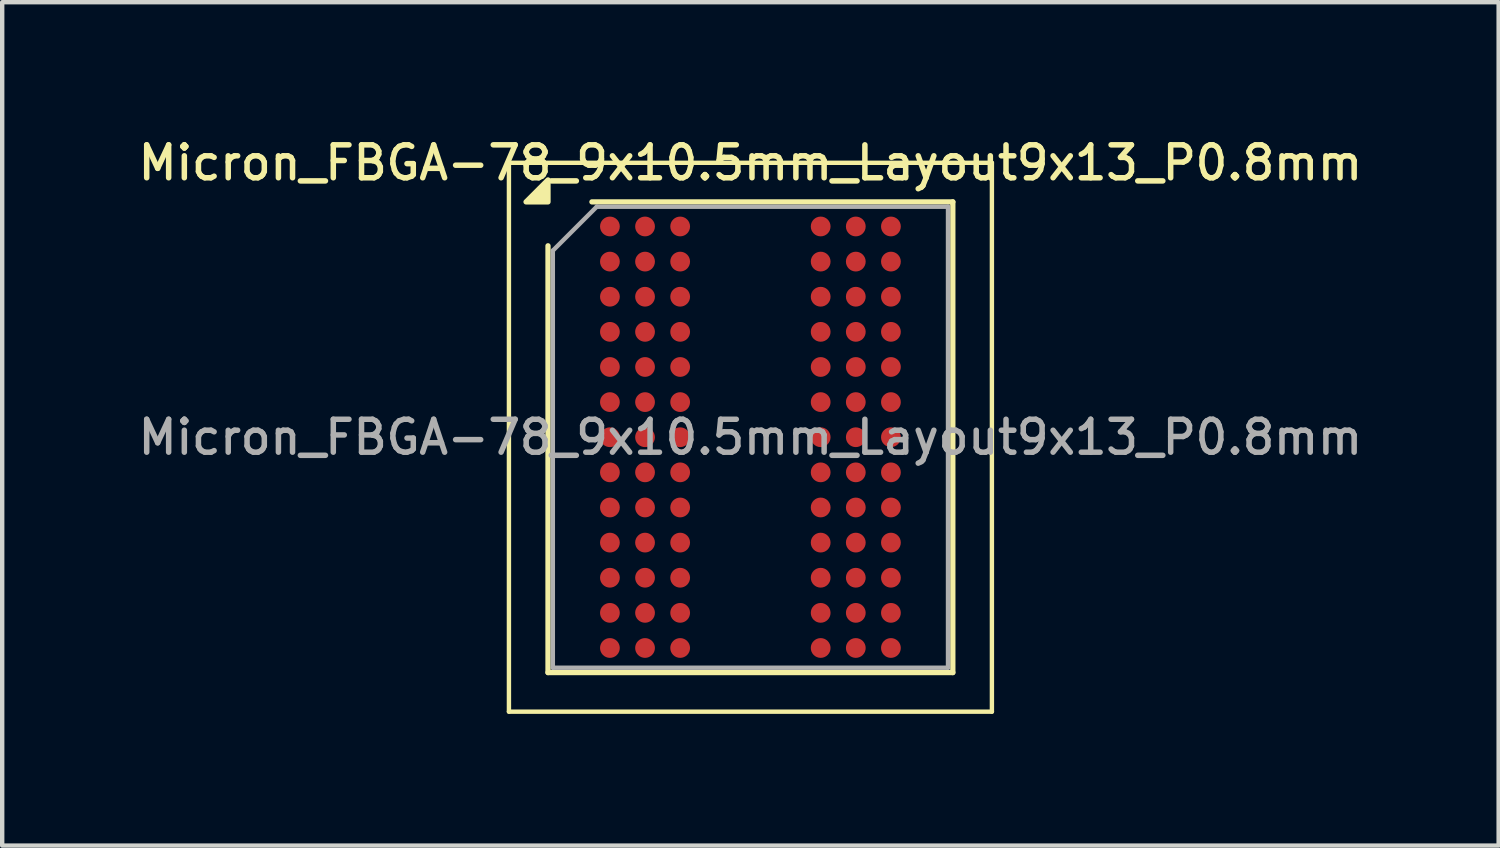
<source format=kicad_pcb>
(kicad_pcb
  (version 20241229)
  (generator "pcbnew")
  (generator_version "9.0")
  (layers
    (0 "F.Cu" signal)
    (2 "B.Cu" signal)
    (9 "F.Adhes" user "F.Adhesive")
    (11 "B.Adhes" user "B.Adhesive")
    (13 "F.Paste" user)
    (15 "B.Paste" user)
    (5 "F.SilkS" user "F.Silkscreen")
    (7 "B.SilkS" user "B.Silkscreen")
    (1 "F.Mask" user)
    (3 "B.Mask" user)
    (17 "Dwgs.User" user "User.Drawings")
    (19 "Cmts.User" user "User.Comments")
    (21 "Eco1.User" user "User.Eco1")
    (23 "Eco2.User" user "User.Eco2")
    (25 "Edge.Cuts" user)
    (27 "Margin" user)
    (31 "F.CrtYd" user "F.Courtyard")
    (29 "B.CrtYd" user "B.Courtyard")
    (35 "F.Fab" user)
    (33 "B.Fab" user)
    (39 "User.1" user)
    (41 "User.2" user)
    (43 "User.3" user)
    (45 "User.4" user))
  (footprint "Micron_FBGA-78_9x10.5mm_Layout9x13_P0.8mm"
    (layer "F.Cu")
    (at 14.041 6.908)
    (property "Reference" "Micron_FBGA-78_9x10.5mm_Layout9x13_P0.8mm" (at 0 -6.25 0) (layer "F.SilkS") (effects (font (size 0.75 0.75) (thickness 0.125))))
    (attr smd)
    (fp_line (start -5.5 -6.25) (end -5.5 6.25) (stroke (width 0.1) (type solid)) (layer "F.SilkS"))
    (fp_line (start -5.5 6.25) (end 5.5 6.25) (stroke (width 0.1) (type solid)) (layer "F.SilkS"))
    (fp_line (start -4.61 5.36) (end -4.61 -4.36) (stroke (width 0.12) (type solid)) (layer "F.SilkS"))
    (fp_line (start -3.61 -5.36) (end 4.61 -5.36) (stroke (width 0.12) (type solid)) (layer "F.SilkS"))
    (fp_line (start 4.61 -5.36) (end 4.61 5.36) (stroke (width 0.12) (type solid)) (layer "F.SilkS"))
    (fp_line (start 4.61 5.36) (end -4.61 5.36) (stroke (width 0.12) (type solid)) (layer "F.SilkS"))
    (fp_line (start 5.5 -6.25) (end -5.5 -6.25) (stroke (width 0.1) (type solid)) (layer "F.SilkS"))
    (fp_line (start 5.5 6.25) (end 5.5 -6.25) (stroke (width 0.1) (type solid)) (layer "F.SilkS"))
    (fp_poly (pts (xy -4.61 -5.36) (xy -5.11 -5.36) (xy -4.61 -5.86) (xy -4.61 -5.36)) (stroke (width 0.12) (type solid)) (fill yes) (layer "F.SilkS"))
    (fp_line (start -4.5 -4.25) (end -3.5 -5.25) (stroke (width 0.1) (type solid)) (layer "F.Fab"))
    (fp_line (start -4.5 5.25) (end -4.5 -4.25) (stroke (width 0.1) (type solid)) (layer "F.Fab"))
    (fp_line (start -3.5 -5.25) (end 4.5 -5.25) (stroke (width 0.1) (type solid)) (layer "F.Fab"))
    (fp_line (start 4.5 -5.25) (end 4.5 5.25) (stroke (width 0.1) (type solid)) (layer "F.Fab"))
    (fp_line (start 4.5 5.25) (end -4.5 5.25) (stroke (width 0.1) (type solid)) (layer "F.Fab"))
    (fp_text user "${REFERENCE}" (at 0 0 0) (layer "F.Fab") (effects (font (size 0.75 0.75) (thickness 0.125))))
    (pad "A1" smd circle (at -3.2 -4.8) (size 0.45 0.45) (property pad_prop_bga) (layers "F.Cu" "F.Mask" "F.Paste"))
    (pad "A2" smd circle (at -2.4 -4.8) (size 0.45 0.45) (property pad_prop_bga) (layers "F.Cu" "F.Mask" "F.Paste"))
    (pad "A3" smd circle (at -1.6 -4.8) (size 0.45 0.45) (property pad_prop_bga) (layers "F.Cu" "F.Mask" "F.Paste"))
    (pad "A7" smd circle (at 1.6 -4.8) (size 0.45 0.45) (property pad_prop_bga) (layers "F.Cu" "F.Mask" "F.Paste"))
    (pad "A8" smd circle (at 2.4 -4.8) (size 0.45 0.45) (property pad_prop_bga) (layers "F.Cu" "F.Mask" "F.Paste"))
    (pad "A9" smd circle (at 3.2 -4.8) (size 0.45 0.45) (property pad_prop_bga) (layers "F.Cu" "F.Mask" "F.Paste"))
    (pad "B1" smd circle (at -3.2 -4) (size 0.45 0.45) (property pad_prop_bga) (layers "F.Cu" "F.Mask" "F.Paste"))
    (pad "B2" smd circle (at -2.4 -4) (size 0.45 0.45) (property pad_prop_bga) (layers "F.Cu" "F.Mask" "F.Paste"))
    (pad "B3" smd circle (at -1.6 -4) (size 0.45 0.45) (property pad_prop_bga) (layers "F.Cu" "F.Mask" "F.Paste"))
    (pad "B7" smd circle (at 1.6 -4) (size 0.45 0.45) (property pad_prop_bga) (layers "F.Cu" "F.Mask" "F.Paste"))
    (pad "B8" smd circle (at 2.4 -4) (size 0.45 0.45) (property pad_prop_bga) (layers "F.Cu" "F.Mask" "F.Paste"))
    (pad "B9" smd circle (at 3.2 -4) (size 0.45 0.45) (property pad_prop_bga) (layers "F.Cu" "F.Mask" "F.Paste"))
    (pad "C1" smd circle (at -3.2 -3.2) (size 0.45 0.45) (property pad_prop_bga) (layers "F.Cu" "F.Mask" "F.Paste"))
    (pad "C2" smd circle (at -2.4 -3.2) (size 0.45 0.45) (property pad_prop_bga) (layers "F.Cu" "F.Mask" "F.Paste"))
    (pad "C3" smd circle (at -1.6 -3.2) (size 0.45 0.45) (property pad_prop_bga) (layers "F.Cu" "F.Mask" "F.Paste"))
    (pad "C7" smd circle (at 1.6 -3.2) (size 0.45 0.45) (property pad_prop_bga) (layers "F.Cu" "F.Mask" "F.Paste"))
    (pad "C8" smd circle (at 2.4 -3.2) (size 0.45 0.45) (property pad_prop_bga) (layers "F.Cu" "F.Mask" "F.Paste"))
    (pad "C9" smd circle (at 3.2 -3.2) (size 0.45 0.45) (property pad_prop_bga) (layers "F.Cu" "F.Mask" "F.Paste"))
    (pad "D1" smd circle (at -3.2 -2.4) (size 0.45 0.45) (property pad_prop_bga) (layers "F.Cu" "F.Mask" "F.Paste"))
    (pad "D2" smd circle (at -2.4 -2.4) (size 0.45 0.45) (property pad_prop_bga) (layers "F.Cu" "F.Mask" "F.Paste"))
    (pad "D3" smd circle (at -1.6 -2.4) (size 0.45 0.45) (property pad_prop_bga) (layers "F.Cu" "F.Mask" "F.Paste"))
    (pad "D7" smd circle (at 1.6 -2.4) (size 0.45 0.45) (property pad_prop_bga) (layers "F.Cu" "F.Mask" "F.Paste"))
    (pad "D8" smd circle (at 2.4 -2.4) (size 0.45 0.45) (property pad_prop_bga) (layers "F.Cu" "F.Mask" "F.Paste"))
    (pad "D9" smd circle (at 3.2 -2.4) (size 0.45 0.45) (property pad_prop_bga) (layers "F.Cu" "F.Mask" "F.Paste"))
    (pad "E1" smd circle (at -3.2 -1.6) (size 0.45 0.45) (property pad_prop_bga) (layers "F.Cu" "F.Mask" "F.Paste"))
    (pad "E2" smd circle (at -2.4 -1.6) (size 0.45 0.45) (property pad_prop_bga) (layers "F.Cu" "F.Mask" "F.Paste"))
    (pad "E3" smd circle (at -1.6 -1.6) (size 0.45 0.45) (property pad_prop_bga) (layers "F.Cu" "F.Mask" "F.Paste"))
    (pad "E7" smd circle (at 1.6 -1.6) (size 0.45 0.45) (property pad_prop_bga) (layers "F.Cu" "F.Mask" "F.Paste"))
    (pad "E8" smd circle (at 2.4 -1.6) (size 0.45 0.45) (property pad_prop_bga) (layers "F.Cu" "F.Mask" "F.Paste"))
    (pad "E9" smd circle (at 3.2 -1.6) (size 0.45 0.45) (property pad_prop_bga) (layers "F.Cu" "F.Mask" "F.Paste"))
    (pad "F1" smd circle (at -3.2 -0.8) (size 0.45 0.45) (property pad_prop_bga) (layers "F.Cu" "F.Mask" "F.Paste"))
    (pad "F2" smd circle (at -2.4 -0.8) (size 0.45 0.45) (property pad_prop_bga) (layers "F.Cu" "F.Mask" "F.Paste"))
    (pad "F3" smd circle (at -1.6 -0.8) (size 0.45 0.45) (property pad_prop_bga) (layers "F.Cu" "F.Mask" "F.Paste"))
    (pad "F7" smd circle (at 1.6 -0.8) (size 0.45 0.45) (property pad_prop_bga) (layers "F.Cu" "F.Mask" "F.Paste"))
    (pad "F8" smd circle (at 2.4 -0.8) (size 0.45 0.45) (property pad_prop_bga) (layers "F.Cu" "F.Mask" "F.Paste"))
    (pad "F9" smd circle (at 3.2 -0.8) (size 0.45 0.45) (property pad_prop_bga) (layers "F.Cu" "F.Mask" "F.Paste"))
    (pad "G1" smd circle (at -3.2 0) (size 0.45 0.45) (property pad_prop_bga) (layers "F.Cu" "F.Mask" "F.Paste"))
    (pad "G2" smd circle (at -2.4 0) (size 0.45 0.45) (property pad_prop_bga) (layers "F.Cu" "F.Mask" "F.Paste"))
    (pad "G3" smd circle (at -1.6 0) (size 0.45 0.45) (property pad_prop_bga) (layers "F.Cu" "F.Mask" "F.Paste"))
    (pad "G7" smd circle (at 1.6 0) (size 0.45 0.45) (property pad_prop_bga) (layers "F.Cu" "F.Mask" "F.Paste"))
    (pad "G8" smd circle (at 2.4 0) (size 0.45 0.45) (property pad_prop_bga) (layers "F.Cu" "F.Mask" "F.Paste"))
    (pad "G9" smd circle (at 3.2 0) (size 0.45 0.45) (property pad_prop_bga) (layers "F.Cu" "F.Mask" "F.Paste"))
    (pad "H1" smd circle (at -3.2 0.8) (size 0.45 0.45) (property pad_prop_bga) (layers "F.Cu" "F.Mask" "F.Paste"))
    (pad "H2" smd circle (at -2.4 0.8) (size 0.45 0.45) (property pad_prop_bga) (layers "F.Cu" "F.Mask" "F.Paste"))
    (pad "H3" smd circle (at -1.6 0.8) (size 0.45 0.45) (property pad_prop_bga) (layers "F.Cu" "F.Mask" "F.Paste"))
    (pad "H7" smd circle (at 1.6 0.8) (size 0.45 0.45) (property pad_prop_bga) (layers "F.Cu" "F.Mask" "F.Paste"))
    (pad "H8" smd circle (at 2.4 0.8) (size 0.45 0.45) (property pad_prop_bga) (layers "F.Cu" "F.Mask" "F.Paste"))
    (pad "H9" smd circle (at 3.2 0.8) (size 0.45 0.45) (property pad_prop_bga) (layers "F.Cu" "F.Mask" "F.Paste"))
    (pad "J1" smd circle (at -3.2 1.6) (size 0.45 0.45) (property pad_prop_bga) (layers "F.Cu" "F.Mask" "F.Paste"))
    (pad "J2" smd circle (at -2.4 1.6) (size 0.45 0.45) (property pad_prop_bga) (layers "F.Cu" "F.Mask" "F.Paste"))
    (pad "J3" smd circle (at -1.6 1.6) (size 0.45 0.45) (property pad_prop_bga) (layers "F.Cu" "F.Mask" "F.Paste"))
    (pad "J7" smd circle (at 1.6 1.6) (size 0.45 0.45) (property pad_prop_bga) (layers "F.Cu" "F.Mask" "F.Paste"))
    (pad "J8" smd circle (at 2.4 1.6) (size 0.45 0.45) (property pad_prop_bga) (layers "F.Cu" "F.Mask" "F.Paste"))
    (pad "J9" smd circle (at 3.2 1.6) (size 0.45 0.45) (property pad_prop_bga) (layers "F.Cu" "F.Mask" "F.Paste"))
    (pad "K1" smd circle (at -3.2 2.4) (size 0.45 0.45) (property pad_prop_bga) (layers "F.Cu" "F.Mask" "F.Paste"))
    (pad "K2" smd circle (at -2.4 2.4) (size 0.45 0.45) (property pad_prop_bga) (layers "F.Cu" "F.Mask" "F.Paste"))
    (pad "K3" smd circle (at -1.6 2.4) (size 0.45 0.45) (property pad_prop_bga) (layers "F.Cu" "F.Mask" "F.Paste"))
    (pad "K7" smd circle (at 1.6 2.4) (size 0.45 0.45) (property pad_prop_bga) (layers "F.Cu" "F.Mask" "F.Paste"))
    (pad "K8" smd circle (at 2.4 2.4) (size 0.45 0.45) (property pad_prop_bga) (layers "F.Cu" "F.Mask" "F.Paste"))
    (pad "K9" smd circle (at 3.2 2.4) (size 0.45 0.45) (property pad_prop_bga) (layers "F.Cu" "F.Mask" "F.Paste"))
    (pad "L1" smd circle (at -3.2 3.2) (size 0.45 0.45) (property pad_prop_bga) (layers "F.Cu" "F.Mask" "F.Paste"))
    (pad "L2" smd circle (at -2.4 3.2) (size 0.45 0.45) (property pad_prop_bga) (layers "F.Cu" "F.Mask" "F.Paste"))
    (pad "L3" smd circle (at -1.6 3.2) (size 0.45 0.45) (property pad_prop_bga) (layers "F.Cu" "F.Mask" "F.Paste"))
    (pad "L7" smd circle (at 1.6 3.2) (size 0.45 0.45) (property pad_prop_bga) (layers "F.Cu" "F.Mask" "F.Paste"))
    (pad "L8" smd circle (at 2.4 3.2) (size 0.45 0.45) (property pad_prop_bga) (layers "F.Cu" "F.Mask" "F.Paste"))
    (pad "L9" smd circle (at 3.2 3.2) (size 0.45 0.45) (property pad_prop_bga) (layers "F.Cu" "F.Mask" "F.Paste"))
    (pad "M1" smd circle (at -3.2 4) (size 0.45 0.45) (property pad_prop_bga) (layers "F.Cu" "F.Mask" "F.Paste"))
    (pad "M2" smd circle (at -2.4 4) (size 0.45 0.45) (property pad_prop_bga) (layers "F.Cu" "F.Mask" "F.Paste"))
    (pad "M3" smd circle (at -1.6 4) (size 0.45 0.45) (property pad_prop_bga) (layers "F.Cu" "F.Mask" "F.Paste"))
    (pad "M7" smd circle (at 1.6 4) (size 0.45 0.45) (property pad_prop_bga) (layers "F.Cu" "F.Mask" "F.Paste"))
    (pad "M8" smd circle (at 2.4 4) (size 0.45 0.45) (property pad_prop_bga) (layers "F.Cu" "F.Mask" "F.Paste"))
    (pad "M9" smd circle (at 3.2 4) (size 0.45 0.45) (property pad_prop_bga) (layers "F.Cu" "F.Mask" "F.Paste"))
    (pad "N1" smd circle (at -3.2 4.8) (size 0.45 0.45) (property pad_prop_bga) (layers "F.Cu" "F.Mask" "F.Paste"))
    (pad "N2" smd circle (at -2.4 4.8) (size 0.45 0.45) (property pad_prop_bga) (layers "F.Cu" "F.Mask" "F.Paste"))
    (pad "N3" smd circle (at -1.6 4.8) (size 0.45 0.45) (property pad_prop_bga) (layers "F.Cu" "F.Mask" "F.Paste"))
    (pad "N7" smd circle (at 1.6 4.8) (size 0.45 0.45) (property pad_prop_bga) (layers "F.Cu" "F.Mask" "F.Paste"))
    (pad "N8" smd circle (at 2.4 4.8) (size 0.45 0.45) (property pad_prop_bga) (layers "F.Cu" "F.Mask" "F.Paste"))
    (pad "N9" smd circle (at 3.2 4.8) (size 0.45 0.45) (property pad_prop_bga) (layers "F.Cu" "F.Mask" "F.Paste")))
  (gr_rect
    (start -3 -3)
    (end 31.082 16.208)
    (stroke (width 0.1) (type default))
    (fill no)
    (layer "Edge.Cuts")))
</source>
